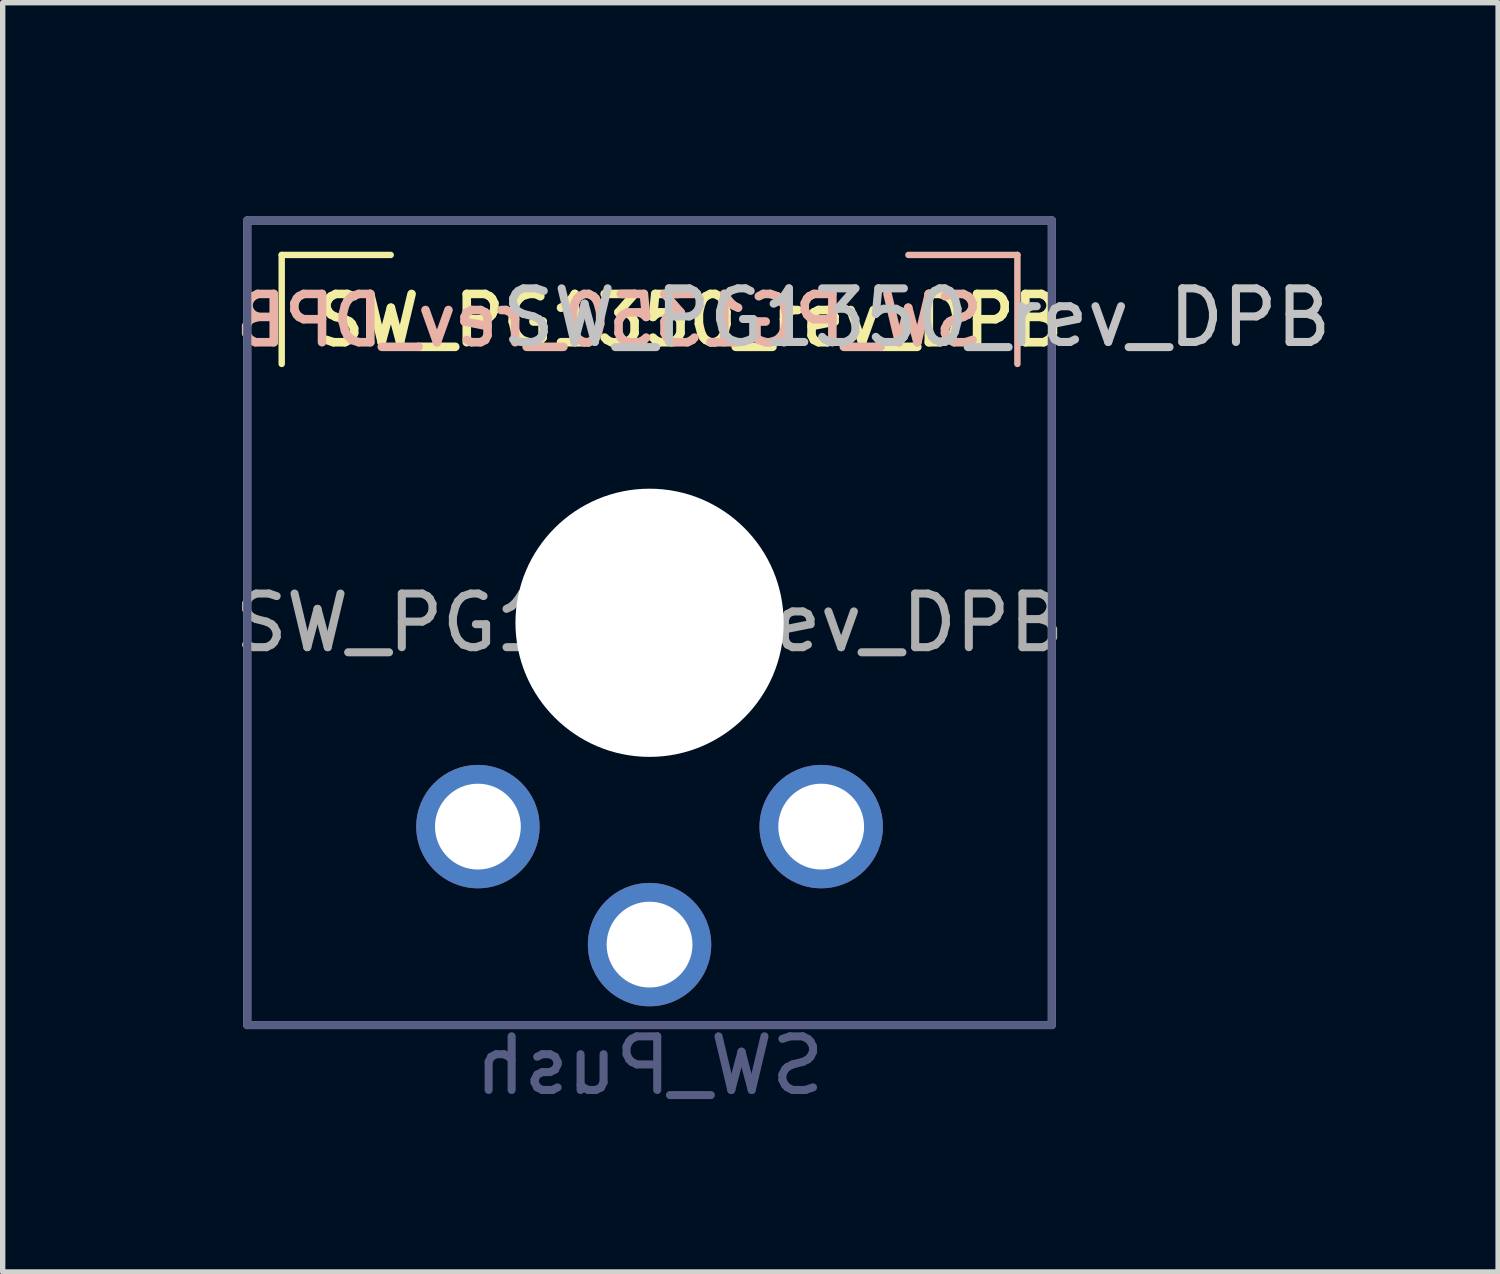
<source format=kicad_pcb>
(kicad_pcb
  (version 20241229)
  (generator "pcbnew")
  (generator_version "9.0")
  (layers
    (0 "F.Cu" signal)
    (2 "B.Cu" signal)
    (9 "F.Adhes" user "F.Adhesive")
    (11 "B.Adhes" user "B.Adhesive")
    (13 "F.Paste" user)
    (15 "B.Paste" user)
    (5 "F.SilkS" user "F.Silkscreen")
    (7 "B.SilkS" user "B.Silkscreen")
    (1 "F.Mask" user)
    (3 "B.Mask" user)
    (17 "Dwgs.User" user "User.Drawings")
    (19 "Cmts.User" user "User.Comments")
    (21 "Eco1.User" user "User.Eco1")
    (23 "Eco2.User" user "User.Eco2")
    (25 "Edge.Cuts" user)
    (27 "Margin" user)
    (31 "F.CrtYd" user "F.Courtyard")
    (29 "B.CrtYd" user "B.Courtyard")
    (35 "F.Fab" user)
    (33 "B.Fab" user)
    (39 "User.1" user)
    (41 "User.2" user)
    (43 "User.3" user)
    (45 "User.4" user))
  (footprint "SW_PG1350_rev_DPB"
    (layer "F.Cu")
    (at 9.06 8.561)
    (property "Reference" "SW_PG1350_rev_DPB" (at 4.98 -5.69 180) (layer "Dwgs.User") (effects (font (size 1 1) (thickness 0.15))))
    (property "Value" "SW_Push" (at -0.07 8.17 180) (layer "Dwgs.User") (hide yes) (effects (font (size 1 1) (thickness 0.15))))
    (attr through_hole)
    (fp_line (start -6.858 -6.858) (end -6.858 -4.826) (stroke (width 0.12) (type solid)) (layer "F.SilkS"))
    (fp_line (start -6.858 -6.858) (end -4.826 -6.858) (stroke (width 0.12) (type solid)) (layer "F.SilkS"))
    (fp_line (start 6.858 -6.858) (end 4.826 -6.858) (stroke (width 0.12) (type solid)) (layer "B.SilkS"))
    (fp_line (start 6.858 -6.858) (end 6.858 -4.826) (stroke (width 0.12) (type solid)) (layer "B.SilkS"))
    (fp_line (start -9 8.136) (end -8.994 -8.1) (stroke (width 0.12) (type solid)) (layer "Eco1.User"))
    (fp_line (start -8.63 -8.5) (end 8.6 -8.5) (stroke (width 0.12) (type solid)) (layer "Eco1.User"))
    (fp_line (start -8.6 8.5) (end 8.636 8.5) (stroke (width 0.12) (type solid)) (layer "Eco1.User"))
    (fp_line (start 9 8.1) (end 9 -8.136) (stroke (width 0.12) (type solid)) (layer "Eco1.User"))
    (fp_arc (start -8.994011 -8.099594) (mid -8.898745 -8.378652) (end -8.63 -8.5) (stroke (width 0.12) (type solid)) (layer "Eco1.User"))
    (fp_arc (start -8.6 8.49968) (mid -8.879058 8.404414) (end -9.000406 8.135669) (stroke (width 0.12) (type solid)) (layer "Eco1.User"))
    (fp_arc (start 8.599915 -8.5) (mid 8.878978 -8.404734) (end 9.000321 -8.135989) (stroke (width 0.12) (type solid)) (layer "Eco1.User"))
    (fp_arc (start 9 8.1) (mid 8.904735 8.37904) (end 8.635989 8.500406) (stroke (width 0.12) (type solid)) (layer "Eco1.User"))
    (fp_line (start -6.9 6.9) (end -6.9 -6.9) (stroke (width 0.15) (type solid)) (layer "Eco2.User"))
    (fp_line (start -6.9 6.9) (end 6.9 6.9) (stroke (width 0.15) (type solid)) (layer "Eco2.User"))
    (fp_line (start -2.6 -3.1) (end -2.6 -6.3) (stroke (width 0.15) (type solid)) (layer "Eco2.User"))
    (fp_line (start -2.6 -3.1) (end 2.6 -3.1) (stroke (width 0.15) (type solid)) (layer "Eco2.User"))
    (fp_line (start 2.6 -6.3) (end -2.6 -6.3) (stroke (width 0.15) (type solid)) (layer "Eco2.User"))
    (fp_line (start 2.6 -3.1) (end 2.6 -6.3) (stroke (width 0.15) (type solid)) (layer "Eco2.User"))
    (fp_line (start 6.9 -6.9) (end -6.9 -6.9) (stroke (width 0.15) (type solid)) (layer "Eco2.User"))
    (fp_line (start 6.9 -6.9) (end 6.9 6.9) (stroke (width 0.15) (type solid)) (layer "Eco2.User"))
    (fp_line (start -7.5 -7.5) (end 7.5 -7.5) (stroke (width 0.15) (type solid)) (layer "B.Fab"))
    (fp_line (start -7.5 7.5) (end -7.5 -7.5) (stroke (width 0.15) (type solid)) (layer "B.Fab"))
    (fp_line (start 7.5 -7.5) (end 7.5 7.5) (stroke (width 0.15) (type solid)) (layer "B.Fab"))
    (fp_line (start 7.5 7.5) (end -7.5 7.5) (stroke (width 0.15) (type solid)) (layer "B.Fab"))
    (fp_line (start -7.5 -7.5) (end 7.5 -7.5) (stroke (width 0.15) (type solid)) (layer "F.Fab"))
    (fp_line (start -7.5 7.5) (end -7.5 -7.5) (stroke (width 0.15) (type solid)) (layer "F.Fab"))
    (fp_line (start 7.5 -7.5) (end 7.5 7.5) (stroke (width 0.15) (type solid)) (layer "F.Fab"))
    (fp_line (start 7.5 7.5) (end -7.5 7.5) (stroke (width 0.15) (type solid)) (layer "F.Fab"))
    (fp_text user "${REFERENCE}" (at -6.299 -5.639 0) (layer "F.SilkS") (effects (font (size 0.9 0.9) (thickness 0.16)) (justify left)))
    (fp_text user "${REFERENCE}" (at 6.299 -5.639 0) (layer "B.SilkS") (effects (font (size 0.9 0.9) (thickness 0.16)) (justify left mirror)))
    (fp_text user "${VALUE}" (at 0 8.255 0) (layer "B.Fab") (effects (font (size 1 1) (thickness 0.15)) (justify mirror)))
    (fp_text user "${REFERENCE}" (at 0 0 180) (layer "F.Fab") (effects (font (size 1 1) (thickness 0.15))))
    (pad "" np_thru_hole circle (at 0 0) (size 5 5) (drill 5) (layers "*.Cu" "*.Mask"))
    (pad "1" thru_hole circle (at 0 6) (size 2.3 2.3) (drill 1.6) (layers "*.Cu" "*.Mask"))
    (pad "2" thru_hole circle (at -3.2 3.8) (size 2.3 2.3) (drill 1.6) (layers "*.Cu" "*.Mask"))
    (pad "2" thru_hole circle (at 3.2 3.8) (size 2.3 2.3) (drill 1.6) (layers "*.Cu" "*.Mask")))
  (gr_rect
    (start -3 -3)
    (end 24.88 20.664)
    (stroke (width 0.1) (type default))
    (fill no)
    (layer "Edge.Cuts")))
</source>
